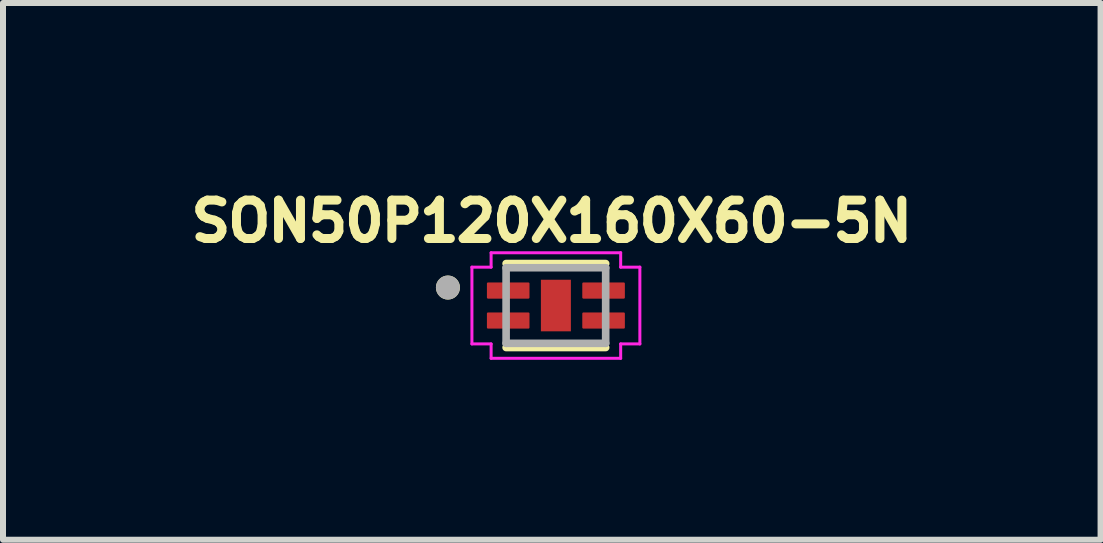
<source format=kicad_pcb>
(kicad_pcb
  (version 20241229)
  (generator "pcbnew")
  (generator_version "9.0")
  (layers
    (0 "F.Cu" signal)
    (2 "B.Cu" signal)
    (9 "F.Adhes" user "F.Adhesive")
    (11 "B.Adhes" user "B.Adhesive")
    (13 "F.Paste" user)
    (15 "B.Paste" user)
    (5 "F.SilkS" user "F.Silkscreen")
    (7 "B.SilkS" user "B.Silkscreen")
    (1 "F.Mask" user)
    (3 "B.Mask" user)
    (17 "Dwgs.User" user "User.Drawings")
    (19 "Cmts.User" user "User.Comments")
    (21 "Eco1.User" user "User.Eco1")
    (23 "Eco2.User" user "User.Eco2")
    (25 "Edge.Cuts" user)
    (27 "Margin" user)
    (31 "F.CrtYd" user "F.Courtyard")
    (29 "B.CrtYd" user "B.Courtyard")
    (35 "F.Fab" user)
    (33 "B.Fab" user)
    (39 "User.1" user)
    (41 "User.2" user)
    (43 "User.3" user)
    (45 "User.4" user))
  (footprint "SON50P120X160X60-5N"
    (layer "F.Cu")
    (at 6.218 2.044)
    (property "Reference" "SON50P120X160X60-5N" (at -0.068 -1.406 0) (layer "F.SilkS") (effects (font (size 0.64 0.64) (thickness 0.15))))
    (attr through_hole)
    (fp_line (start -0.83 -0.7) (end 0.83 -0.7) (stroke (width 0.127) (type solid)) (layer "F.SilkS"))
    (fp_line (start -0.83 0.7) (end 0.83 0.7) (stroke (width 0.127) (type solid)) (layer "F.SilkS"))
    (fp_circle (center -1.8 -0.3) (end -1.7 -0.3) (stroke (width 0.2) (type solid)) (fill no) (layer "F.SilkS"))
    (fp_poly (pts (xy -0.159 -0.339) (xy 0.159 -0.339) (xy 0.159 0.339) (xy -0.159 0.339)) (stroke (width 0.01) (type solid)) (fill yes) (layer "F.Paste"))
    (fp_line (start -1.4 -0.64) (end -1.4 0.64) (stroke (width 0.05) (type solid)) (layer "F.CrtYd"))
    (fp_line (start -1.4 -0.64) (end -1.08 -0.64) (stroke (width 0.05) (type solid)) (layer "F.CrtYd"))
    (fp_line (start -1.08 -0.88) (end 1.08 -0.88) (stroke (width 0.05) (type solid)) (layer "F.CrtYd"))
    (fp_line (start -1.08 -0.64) (end -1.08 -0.88) (stroke (width 0.05) (type solid)) (layer "F.CrtYd"))
    (fp_line (start -1.08 0.64) (end -1.4 0.64) (stroke (width 0.05) (type solid)) (layer "F.CrtYd"))
    (fp_line (start -1.08 0.88) (end -1.08 0.64) (stroke (width 0.05) (type solid)) (layer "F.CrtYd"))
    (fp_line (start 1.08 -0.88) (end 1.08 -0.64) (stroke (width 0.05) (type solid)) (layer "F.CrtYd"))
    (fp_line (start 1.08 -0.64) (end 1.4 -0.64) (stroke (width 0.05) (type solid)) (layer "F.CrtYd"))
    (fp_line (start 1.08 0.64) (end 1.08 0.88) (stroke (width 0.05) (type solid)) (layer "F.CrtYd"))
    (fp_line (start 1.08 0.88) (end -1.08 0.88) (stroke (width 0.05) (type solid)) (layer "F.CrtYd"))
    (fp_line (start 1.4 0.64) (end 1.08 0.64) (stroke (width 0.05) (type solid)) (layer "F.CrtYd"))
    (fp_line (start 1.4 0.64) (end 1.4 -0.64) (stroke (width 0.05) (type solid)) (layer "F.CrtYd"))
    (fp_line (start -0.83 -0.63) (end 0.83 -0.63) (stroke (width 0.127) (type solid)) (layer "F.Fab"))
    (fp_line (start -0.83 0.63) (end -0.83 -0.63) (stroke (width 0.127) (type solid)) (layer "F.Fab"))
    (fp_line (start 0.83 -0.63) (end 0.83 0.63) (stroke (width 0.127) (type solid)) (layer "F.Fab"))
    (fp_line (start 0.83 0.63) (end -0.83 0.63) (stroke (width 0.127) (type solid)) (layer "F.Fab"))
    (fp_circle (center -1.8 -0.3) (end -1.7 -0.3) (stroke (width 0.2) (type solid)) (fill no) (layer "F.Fab"))
    (pad "1" smd roundrect (at -0.795 -0.25) (size 0.71 0.27) (layers "F.Cu" "F.Mask" "F.Paste") (roundrect_rratio 0.07))
    (pad "2" smd roundrect (at -0.795 0.25) (size 0.71 0.27) (layers "F.Cu" "F.Mask" "F.Paste") (roundrect_rratio 0.07))
    (pad "3" smd roundrect (at 0.795 0.25) (size 0.71 0.27) (layers "F.Cu" "F.Mask" "F.Paste") (roundrect_rratio 0.07))
    (pad "4" smd roundrect (at 0.795 -0.25) (size 0.71 0.27) (layers "F.Cu" "F.Mask" "F.Paste") (roundrect_rratio 0.07))
    (pad "5" smd rect (at 0 0) (size 0.5 0.86) (layers "F.Cu" "F.Mask")))
  (gr_rect
    (start -3 -3)
    (end 15.299 5.949)
    (stroke (width 0.1) (type default))
    (fill no)
    (layer "Edge.Cuts")))
</source>
